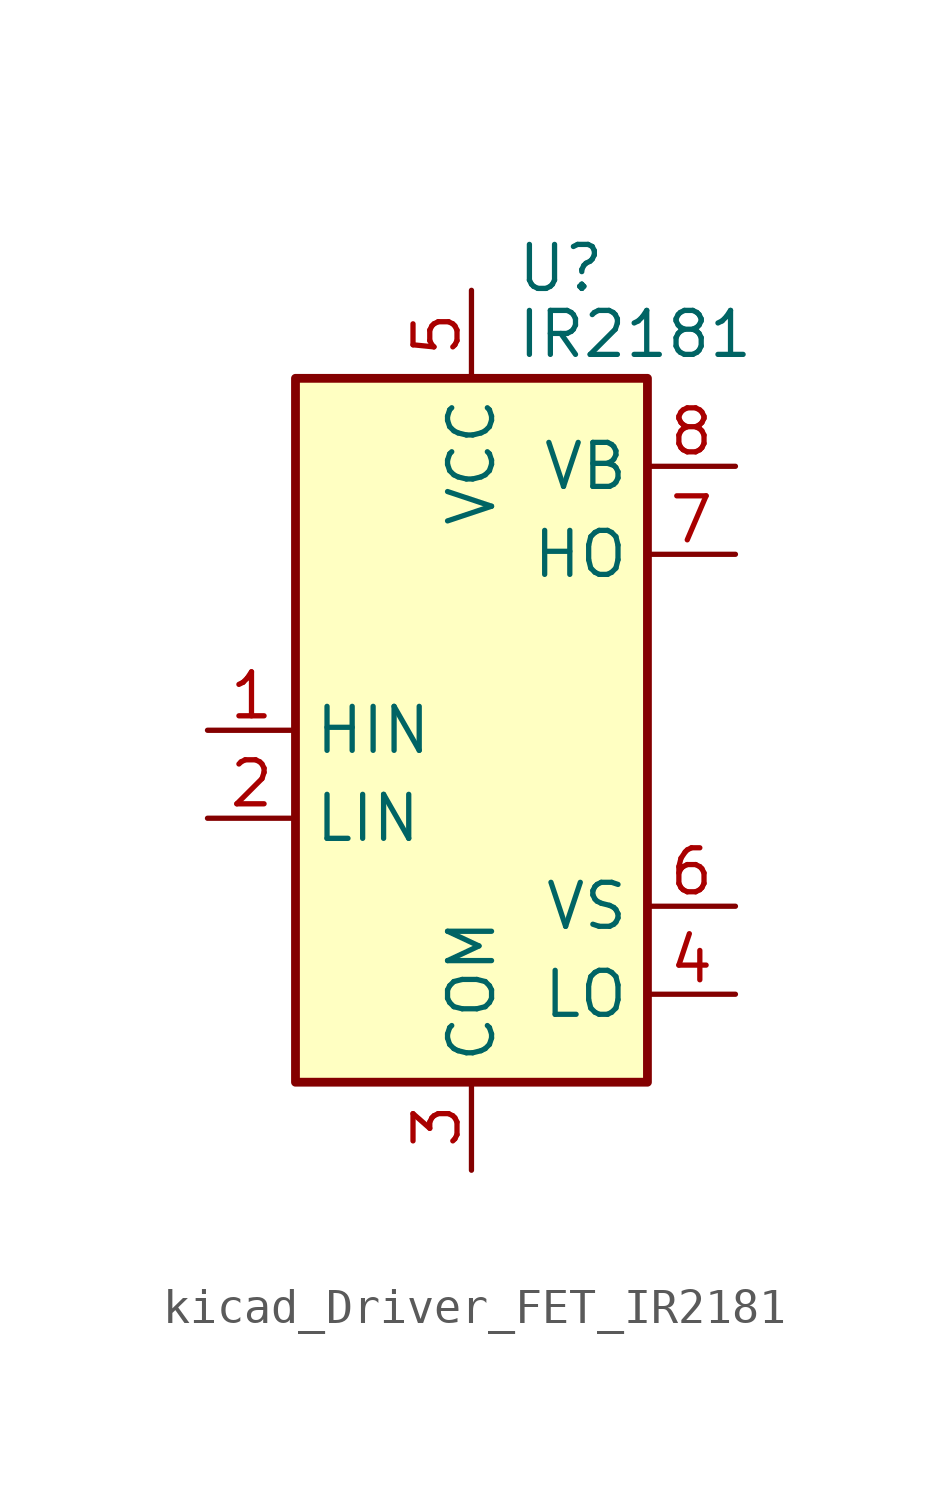
<source format=kicad_sym>
(kicad_symbol_lib
  (version 20220914)
  (generator kicad_symbol_editor)
  (symbol "kicad_Driver_FET_IR2181"
    (property "Reference" "U"
      (at 1.27 13.335 0)
      (effects (font (size 1.27 1.27)) (justify left)))
    (property "Value" "IR2181"
      (at 1.27 11.43 0)
      (effects (font (size 1.27 1.27)) (justify left)))
    (symbol "kicad_Driver_FET_IR2181_0_1"
      (rectangle (start -5.08 -10.16) (end 5.08 10.16) (stroke (width 0.254) (type default)) (fill (type background))))
    (symbol "kicad_Driver_FET_IR2181_1_1"
      (pin input line (at -7.62 0 0) (length 2.54) (name "HIN" (effects (font (size 1.27 1.27)))) (number "1" (effects (font (size 1.27 1.27)))))
      (pin input line (at -7.62 -2.54 0) (length 2.54) (name "LIN" (effects (font (size 1.27 1.27)))) (number "2" (effects (font (size 1.27 1.27)))))
      (pin power_in line (at 0 -12.7 90) (length 2.54) (name "COM" (effects (font (size 1.27 1.27)))) (number "3" (effects (font (size 1.27 1.27)))))
      (pin output line (at 7.62 -7.62 180) (length 2.54) (name "LO" (effects (font (size 1.27 1.27)))) (number "4" (effects (font (size 1.27 1.27)))))
      (pin power_in line (at 0 12.7 270) (length 2.54) (name "VCC" (effects (font (size 1.27 1.27)))) (number "5" (effects (font (size 1.27 1.27)))))
      (pin passive line (at 7.62 -5.08 180) (length 2.54) (name "VS" (effects (font (size 1.27 1.27)))) (number "6" (effects (font (size 1.27 1.27)))))
      (pin output line (at 7.62 5.08 180) (length 2.54) (name "HO" (effects (font (size 1.27 1.27)))) (number "7" (effects (font (size 1.27 1.27)))))
      (pin passive line (at 7.62 7.62 180) (length 2.54) (name "VB" (effects (font (size 1.27 1.27)))) (number "8" (effects (font (size 1.27 1.27))))))))
</source>
